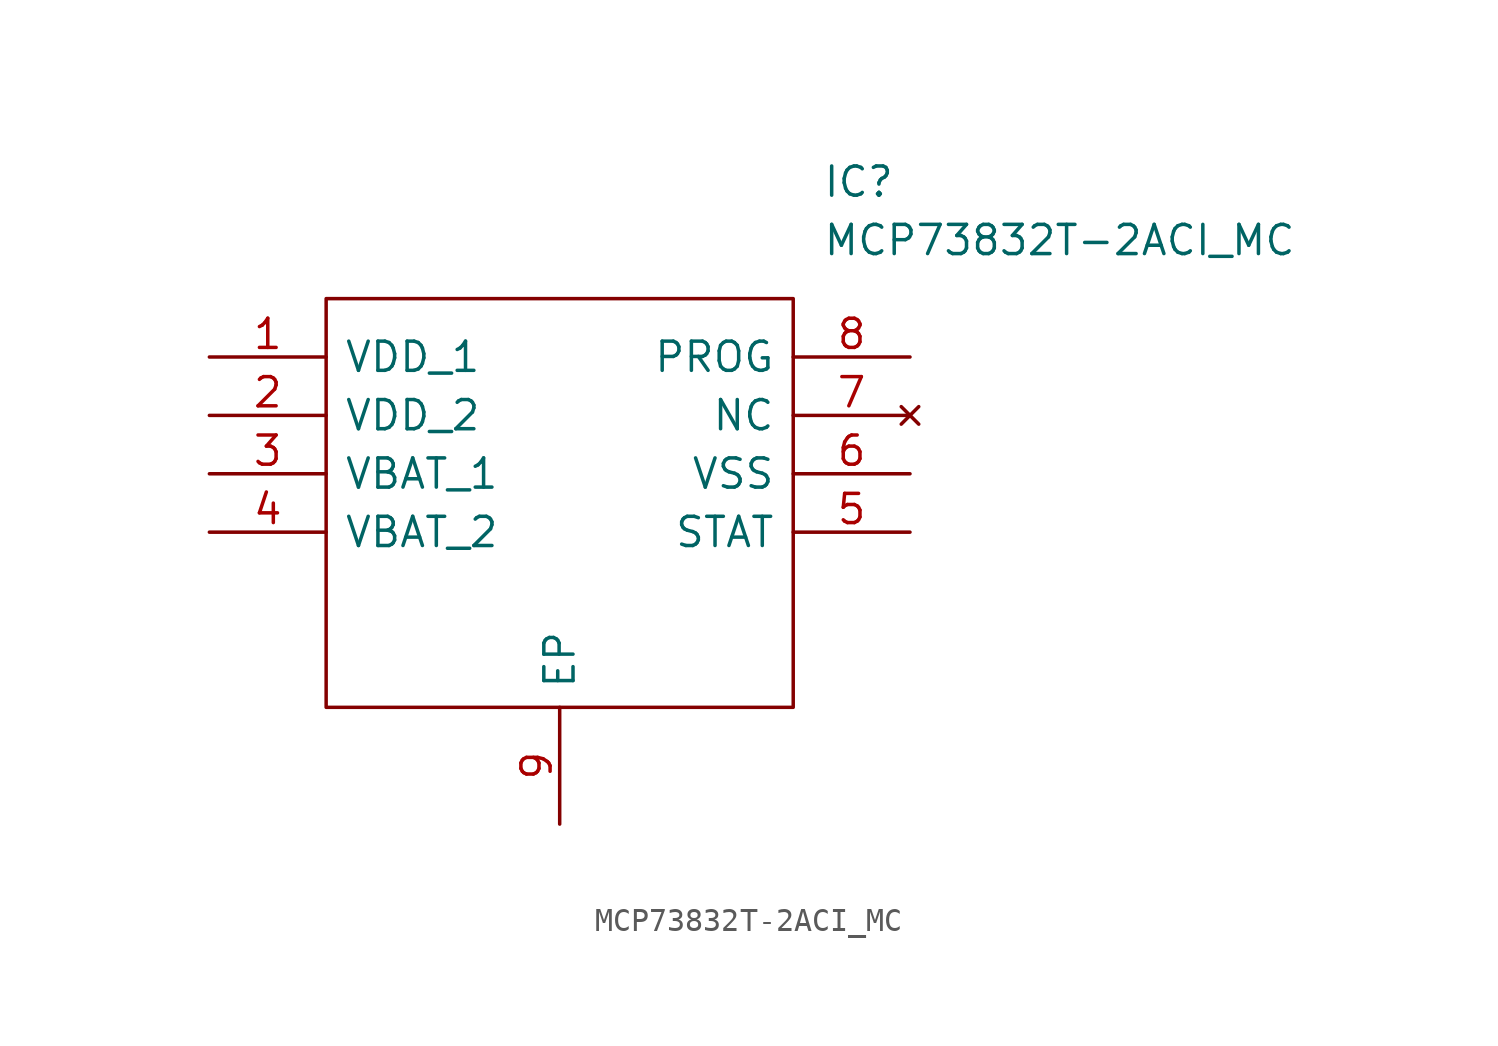
<source format=kicad_sym>
(kicad_symbol_lib
  (version 20211014)
  (generator kicad_symbol_editor)
  (symbol "MCP73832T-2ACI_MC"
    (pin_names
      (offset 0.762))
    (property "Reference" "IC"
      (at 26.67 7.62 0)
      (effects (font (size 1.27 1.27)) (justify left)))
    (property "Value" "MCP73832T-2ACI_MC"
      (at 26.67 5.08 0)
      (effects (font (size 1.27 1.27)) (justify left)))
    (symbol "MCP73832T-2ACI_MC_0_0"
      (pin passive line (at 0 0 0) (length 5.08) (name "VDD_1" (effects (font (size 1.27 1.27)))) (number "1" (effects (font (size 1.27 1.27)))))
      (pin passive line (at 0 -2.54 0) (length 5.08) (name "VDD_2" (effects (font (size 1.27 1.27)))) (number "2" (effects (font (size 1.27 1.27)))))
      (pin passive line (at 0 -5.08 0) (length 5.08) (name "VBAT_1" (effects (font (size 1.27 1.27)))) (number "3" (effects (font (size 1.27 1.27)))))
      (pin passive line (at 0 -7.62 0) (length 5.08) (name "VBAT_2" (effects (font (size 1.27 1.27)))) (number "4" (effects (font (size 1.27 1.27)))))
      (pin passive line (at 30.48 -7.62 180) (length 5.08) (name "STAT" (effects (font (size 1.27 1.27)))) (number "5" (effects (font (size 1.27 1.27)))))
      (pin passive line (at 30.48 -5.08 180) (length 5.08) (name "VSS" (effects (font (size 1.27 1.27)))) (number "6" (effects (font (size 1.27 1.27)))))
      (pin no_connect line (at 30.48 -2.54 180) (length 5.08) (name "NC" (effects (font (size 1.27 1.27)))) (number "7" (effects (font (size 1.27 1.27)))))
      (pin passive line (at 30.48 0 180) (length 5.08) (name "PROG" (effects (font (size 1.27 1.27)))) (number "8" (effects (font (size 1.27 1.27)))))
      (pin passive line (at 15.24 -20.32 90) (length 5.08) (name "EP" (effects (font (size 1.27 1.27)))) (number "9" (effects (font (size 1.27 1.27))))))
    (symbol "MCP73832T-2ACI_MC_0_1"
      (polyline (pts (xy 5.08 2.54) (xy 25.4 2.54) (xy 25.4 -15.24) (xy 5.08 -15.24) (xy 5.08 2.54)) (stroke (width 0.152) (type default) (color 0 0 0 0)) (fill (type none))))))
</source>
